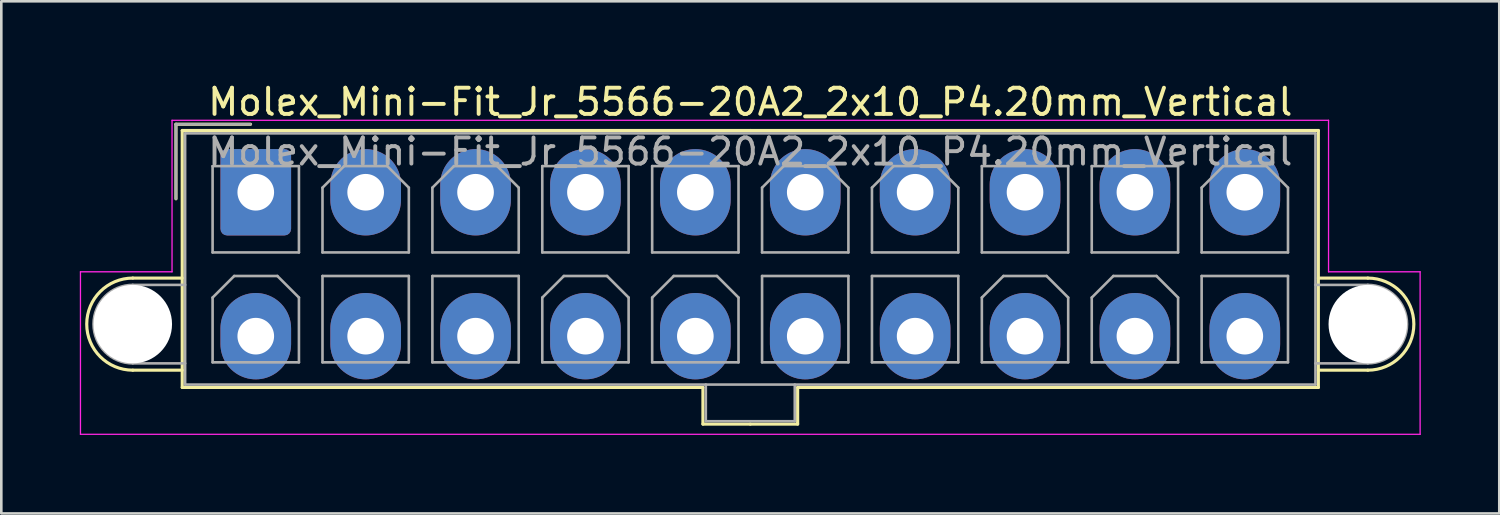
<source format=kicad_pcb>
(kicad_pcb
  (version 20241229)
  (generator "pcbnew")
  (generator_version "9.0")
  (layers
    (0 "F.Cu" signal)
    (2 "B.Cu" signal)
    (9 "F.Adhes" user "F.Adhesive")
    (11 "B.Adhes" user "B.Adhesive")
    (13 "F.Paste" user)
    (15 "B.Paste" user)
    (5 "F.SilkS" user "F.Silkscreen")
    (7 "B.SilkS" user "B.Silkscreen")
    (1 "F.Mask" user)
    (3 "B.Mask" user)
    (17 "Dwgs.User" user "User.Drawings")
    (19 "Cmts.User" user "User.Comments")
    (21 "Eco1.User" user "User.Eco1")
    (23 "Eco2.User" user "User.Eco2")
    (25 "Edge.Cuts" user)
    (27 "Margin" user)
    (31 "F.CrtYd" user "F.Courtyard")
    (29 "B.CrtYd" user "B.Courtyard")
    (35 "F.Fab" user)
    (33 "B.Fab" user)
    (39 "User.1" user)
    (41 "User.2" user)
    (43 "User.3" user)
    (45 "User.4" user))
  (footprint "Molex_Mini-Fit_Jr_5566-20A2_2x10_P4.20mm_Vertical"
    (layer "F.Cu")
    (at 6.725 4.298)
    (property "Reference" "Molex_Mini-Fit_Jr_5566-20A2_2x10_P4.20mm_Vertical" (at 18.9 -3.45 0) (layer "F.SilkS") (effects (font (size 1 1) (thickness 0.15))))
    (attr through_hole)
    (fp_line (start -4.7 3.28) (end -2.81 3.28) (stroke (width 0.12) (type solid)) (layer "F.SilkS"))
    (fp_line (start -4.7 6.8) (end -2.81 6.8) (stroke (width 0.12) (type solid)) (layer "F.SilkS"))
    (fp_line (start -3.05 -2.6) (end -3.05 0.25) (stroke (width 0.12) (type solid)) (layer "F.SilkS"))
    (fp_line (start -2.81 -2.36) (end -2.81 7.46) (stroke (width 0.12) (type solid)) (layer "F.SilkS"))
    (fp_line (start -2.81 7.46) (end 17.09 7.46) (stroke (width 0.12) (type solid)) (layer "F.SilkS"))
    (fp_line (start -0.2 -2.6) (end -3.05 -2.6) (stroke (width 0.12) (type solid)) (layer "F.SilkS"))
    (fp_line (start 17.09 7.46) (end 17.09 8.86) (stroke (width 0.12) (type solid)) (layer "F.SilkS"))
    (fp_line (start 17.09 8.86) (end 18.9 8.86) (stroke (width 0.12) (type solid)) (layer "F.SilkS"))
    (fp_line (start 18.9 -2.36) (end -2.81 -2.36) (stroke (width 0.12) (type solid)) (layer "F.SilkS"))
    (fp_line (start 18.9 -2.36) (end 40.61 -2.36) (stroke (width 0.12) (type solid)) (layer "F.SilkS"))
    (fp_line (start 20.71 7.46) (end 20.71 8.86) (stroke (width 0.12) (type solid)) (layer "F.SilkS"))
    (fp_line (start 20.71 8.86) (end 18.9 8.86) (stroke (width 0.12) (type solid)) (layer "F.SilkS"))
    (fp_line (start 40.61 -2.36) (end 40.61 7.46) (stroke (width 0.12) (type solid)) (layer "F.SilkS"))
    (fp_line (start 40.61 7.46) (end 20.71 7.46) (stroke (width 0.12) (type solid)) (layer "F.SilkS"))
    (fp_line (start 42.5 3.28) (end 40.61 3.28) (stroke (width 0.12) (type solid)) (layer "F.SilkS"))
    (fp_line (start 42.5 6.8) (end 40.61 6.8) (stroke (width 0.12) (type solid)) (layer "F.SilkS"))
    (fp_arc (start -4.7 6.8) (mid -6.46 5.04) (end -4.7 3.28) (stroke (width 0.12) (type solid)) (layer "F.SilkS"))
    (fp_arc (start 42.5 3.28) (mid 44.26 5.04) (end 42.5 6.8) (stroke (width 0.12) (type solid)) (layer "F.SilkS"))
    (fp_line (start -6.7 3.04) (end -6.7 9.25) (stroke (width 0.05) (type solid)) (layer "F.CrtYd"))
    (fp_line (start -6.7 9.25) (end 44.5 9.25) (stroke (width 0.05) (type solid)) (layer "F.CrtYd"))
    (fp_line (start -3.2 -2.75) (end -3.2 3.04) (stroke (width 0.05) (type solid)) (layer "F.CrtYd"))
    (fp_line (start -3.2 3.04) (end -6.7 3.04) (stroke (width 0.05) (type solid)) (layer "F.CrtYd"))
    (fp_line (start 41 -2.75) (end -3.2 -2.75) (stroke (width 0.05) (type solid)) (layer "F.CrtYd"))
    (fp_line (start 41 3.04) (end 41 -2.75) (stroke (width 0.05) (type solid)) (layer "F.CrtYd"))
    (fp_line (start 44.5 3.04) (end 41 3.04) (stroke (width 0.05) (type solid)) (layer "F.CrtYd"))
    (fp_line (start 44.5 9.25) (end 44.5 3.04) (stroke (width 0.05) (type solid)) (layer "F.CrtYd"))
    (fp_line (start -4.7 3.54) (end -2.7 3.54) (stroke (width 0.1) (type solid)) (layer "F.Fab"))
    (fp_line (start -4.7 6.54) (end -2.7 6.54) (stroke (width 0.1) (type solid)) (layer "F.Fab"))
    (fp_line (start -3.05 -2.6) (end -3.05 0.25) (stroke (width 0.1) (type solid)) (layer "F.Fab"))
    (fp_line (start -2.7 -2.25) (end -2.7 7.35) (stroke (width 0.1) (type solid)) (layer "F.Fab"))
    (fp_line (start -2.7 7.35) (end 40.5 7.35) (stroke (width 0.1) (type solid)) (layer "F.Fab"))
    (fp_line (start -1.65 -1) (end -1.65 2.3) (stroke (width 0.1) (type solid)) (layer "F.Fab"))
    (fp_line (start -1.65 2.3) (end 1.65 2.3) (stroke (width 0.1) (type solid)) (layer "F.Fab"))
    (fp_line (start -1.65 4.025) (end -0.825 3.2) (stroke (width 0.1) (type solid)) (layer "F.Fab"))
    (fp_line (start -1.65 6.5) (end -1.65 4.025) (stroke (width 0.1) (type solid)) (layer "F.Fab"))
    (fp_line (start -0.825 3.2) (end 0.825 3.2) (stroke (width 0.1) (type solid)) (layer "F.Fab"))
    (fp_line (start -0.2 -2.6) (end -3.05 -2.6) (stroke (width 0.1) (type solid)) (layer "F.Fab"))
    (fp_line (start 0.825 3.2) (end 1.65 4.025) (stroke (width 0.1) (type solid)) (layer "F.Fab"))
    (fp_line (start 1.65 -1) (end -1.65 -1) (stroke (width 0.1) (type solid)) (layer "F.Fab"))
    (fp_line (start 1.65 2.3) (end 1.65 -1) (stroke (width 0.1) (type solid)) (layer "F.Fab"))
    (fp_line (start 1.65 4.025) (end 1.65 6.5) (stroke (width 0.1) (type solid)) (layer "F.Fab"))
    (fp_line (start 1.65 6.5) (end -1.65 6.5) (stroke (width 0.1) (type solid)) (layer "F.Fab"))
    (fp_line (start 2.55 -0.175) (end 3.375 -1) (stroke (width 0.1) (type solid)) (layer "F.Fab"))
    (fp_line (start 2.55 2.3) (end 2.55 -0.175) (stroke (width 0.1) (type solid)) (layer "F.Fab"))
    (fp_line (start 2.55 3.2) (end 2.55 6.5) (stroke (width 0.1) (type solid)) (layer "F.Fab"))
    (fp_line (start 2.55 6.5) (end 5.85 6.5) (stroke (width 0.1) (type solid)) (layer "F.Fab"))
    (fp_line (start 3.375 -1) (end 5.025 -1) (stroke (width 0.1) (type solid)) (layer "F.Fab"))
    (fp_line (start 5.025 -1) (end 5.85 -0.175) (stroke (width 0.1) (type solid)) (layer "F.Fab"))
    (fp_line (start 5.85 -0.175) (end 5.85 2.3) (stroke (width 0.1) (type solid)) (layer "F.Fab"))
    (fp_line (start 5.85 2.3) (end 2.55 2.3) (stroke (width 0.1) (type solid)) (layer "F.Fab"))
    (fp_line (start 5.85 3.2) (end 2.55 3.2) (stroke (width 0.1) (type solid)) (layer "F.Fab"))
    (fp_line (start 5.85 6.5) (end 5.85 3.2) (stroke (width 0.1) (type solid)) (layer "F.Fab"))
    (fp_line (start 6.75 -0.175) (end 7.575 -1) (stroke (width 0.1) (type solid)) (layer "F.Fab"))
    (fp_line (start 6.75 2.3) (end 6.75 -0.175) (stroke (width 0.1) (type solid)) (layer "F.Fab"))
    (fp_line (start 6.75 3.2) (end 6.75 6.5) (stroke (width 0.1) (type solid)) (layer "F.Fab"))
    (fp_line (start 6.75 6.5) (end 10.05 6.5) (stroke (width 0.1) (type solid)) (layer "F.Fab"))
    (fp_line (start 7.575 -1) (end 9.225 -1) (stroke (width 0.1) (type solid)) (layer "F.Fab"))
    (fp_line (start 9.225 -1) (end 10.05 -0.175) (stroke (width 0.1) (type solid)) (layer "F.Fab"))
    (fp_line (start 10.05 -0.175) (end 10.05 2.3) (stroke (width 0.1) (type solid)) (layer "F.Fab"))
    (fp_line (start 10.05 2.3) (end 6.75 2.3) (stroke (width 0.1) (type solid)) (layer "F.Fab"))
    (fp_line (start 10.05 3.2) (end 6.75 3.2) (stroke (width 0.1) (type solid)) (layer "F.Fab"))
    (fp_line (start 10.05 6.5) (end 10.05 3.2) (stroke (width 0.1) (type solid)) (layer "F.Fab"))
    (fp_line (start 10.95 -1) (end 10.95 2.3) (stroke (width 0.1) (type solid)) (layer "F.Fab"))
    (fp_line (start 10.95 2.3) (end 14.25 2.3) (stroke (width 0.1) (type solid)) (layer "F.Fab"))
    (fp_line (start 10.95 4.025) (end 11.775 3.2) (stroke (width 0.1) (type solid)) (layer "F.Fab"))
    (fp_line (start 10.95 6.5) (end 10.95 4.025) (stroke (width 0.1) (type solid)) (layer "F.Fab"))
    (fp_line (start 11.775 3.2) (end 13.425 3.2) (stroke (width 0.1) (type solid)) (layer "F.Fab"))
    (fp_line (start 13.425 3.2) (end 14.25 4.025) (stroke (width 0.1) (type solid)) (layer "F.Fab"))
    (fp_line (start 14.25 -1) (end 10.95 -1) (stroke (width 0.1) (type solid)) (layer "F.Fab"))
    (fp_line (start 14.25 2.3) (end 14.25 -1) (stroke (width 0.1) (type solid)) (layer "F.Fab"))
    (fp_line (start 14.25 4.025) (end 14.25 6.5) (stroke (width 0.1) (type solid)) (layer "F.Fab"))
    (fp_line (start 14.25 6.5) (end 10.95 6.5) (stroke (width 0.1) (type solid)) (layer "F.Fab"))
    (fp_line (start 15.15 -1) (end 15.15 2.3) (stroke (width 0.1) (type solid)) (layer "F.Fab"))
    (fp_line (start 15.15 2.3) (end 18.45 2.3) (stroke (width 0.1) (type solid)) (layer "F.Fab"))
    (fp_line (start 15.15 4.025) (end 15.975 3.2) (stroke (width 0.1) (type solid)) (layer "F.Fab"))
    (fp_line (start 15.15 6.5) (end 15.15 4.025) (stroke (width 0.1) (type solid)) (layer "F.Fab"))
    (fp_line (start 15.975 3.2) (end 17.625 3.2) (stroke (width 0.1) (type solid)) (layer "F.Fab"))
    (fp_line (start 17.2 7.35) (end 17.2 8.75) (stroke (width 0.1) (type solid)) (layer "F.Fab"))
    (fp_line (start 17.2 8.75) (end 20.6 8.75) (stroke (width 0.1) (type solid)) (layer "F.Fab"))
    (fp_line (start 17.625 3.2) (end 18.45 4.025) (stroke (width 0.1) (type solid)) (layer "F.Fab"))
    (fp_line (start 18.45 -1) (end 15.15 -1) (stroke (width 0.1) (type solid)) (layer "F.Fab"))
    (fp_line (start 18.45 2.3) (end 18.45 -1) (stroke (width 0.1) (type solid)) (layer "F.Fab"))
    (fp_line (start 18.45 4.025) (end 18.45 6.5) (stroke (width 0.1) (type solid)) (layer "F.Fab"))
    (fp_line (start 18.45 6.5) (end 15.15 6.5) (stroke (width 0.1) (type solid)) (layer "F.Fab"))
    (fp_line (start 19.35 -0.175) (end 20.175 -1) (stroke (width 0.1) (type solid)) (layer "F.Fab"))
    (fp_line (start 19.35 2.3) (end 19.35 -0.175) (stroke (width 0.1) (type solid)) (layer "F.Fab"))
    (fp_line (start 19.35 3.2) (end 19.35 6.5) (stroke (width 0.1) (type solid)) (layer "F.Fab"))
    (fp_line (start 19.35 6.5) (end 22.65 6.5) (stroke (width 0.1) (type solid)) (layer "F.Fab"))
    (fp_line (start 20.175 -1) (end 21.825 -1) (stroke (width 0.1) (type solid)) (layer "F.Fab"))
    (fp_line (start 20.6 8.75) (end 20.6 7.35) (stroke (width 0.1) (type solid)) (layer "F.Fab"))
    (fp_line (start 21.825 -1) (end 22.65 -0.175) (stroke (width 0.1) (type solid)) (layer "F.Fab"))
    (fp_line (start 22.65 -0.175) (end 22.65 2.3) (stroke (width 0.1) (type solid)) (layer "F.Fab"))
    (fp_line (start 22.65 2.3) (end 19.35 2.3) (stroke (width 0.1) (type solid)) (layer "F.Fab"))
    (fp_line (start 22.65 3.2) (end 19.35 3.2) (stroke (width 0.1) (type solid)) (layer "F.Fab"))
    (fp_line (start 22.65 6.5) (end 22.65 3.2) (stroke (width 0.1) (type solid)) (layer "F.Fab"))
    (fp_line (start 23.55 -0.175) (end 24.375 -1) (stroke (width 0.1) (type solid)) (layer "F.Fab"))
    (fp_line (start 23.55 2.3) (end 23.55 -0.175) (stroke (width 0.1) (type solid)) (layer "F.Fab"))
    (fp_line (start 23.55 3.2) (end 23.55 6.5) (stroke (width 0.1) (type solid)) (layer "F.Fab"))
    (fp_line (start 23.55 6.5) (end 26.85 6.5) (stroke (width 0.1) (type solid)) (layer "F.Fab"))
    (fp_line (start 24.375 -1) (end 26.025 -1) (stroke (width 0.1) (type solid)) (layer "F.Fab"))
    (fp_line (start 26.025 -1) (end 26.85 -0.175) (stroke (width 0.1) (type solid)) (layer "F.Fab"))
    (fp_line (start 26.85 -0.175) (end 26.85 2.3) (stroke (width 0.1) (type solid)) (layer "F.Fab"))
    (fp_line (start 26.85 2.3) (end 23.55 2.3) (stroke (width 0.1) (type solid)) (layer "F.Fab"))
    (fp_line (start 26.85 3.2) (end 23.55 3.2) (stroke (width 0.1) (type solid)) (layer "F.Fab"))
    (fp_line (start 26.85 6.5) (end 26.85 3.2) (stroke (width 0.1) (type solid)) (layer "F.Fab"))
    (fp_line (start 27.75 -1) (end 27.75 2.3) (stroke (width 0.1) (type solid)) (layer "F.Fab"))
    (fp_line (start 27.75 2.3) (end 31.05 2.3) (stroke (width 0.1) (type solid)) (layer "F.Fab"))
    (fp_line (start 27.75 4.025) (end 28.575 3.2) (stroke (width 0.1) (type solid)) (layer "F.Fab"))
    (fp_line (start 27.75 6.5) (end 27.75 4.025) (stroke (width 0.1) (type solid)) (layer "F.Fab"))
    (fp_line (start 28.575 3.2) (end 30.225 3.2) (stroke (width 0.1) (type solid)) (layer "F.Fab"))
    (fp_line (start 30.225 3.2) (end 31.05 4.025) (stroke (width 0.1) (type solid)) (layer "F.Fab"))
    (fp_line (start 31.05 -1) (end 27.75 -1) (stroke (width 0.1) (type solid)) (layer "F.Fab"))
    (fp_line (start 31.05 2.3) (end 31.05 -1) (stroke (width 0.1) (type solid)) (layer "F.Fab"))
    (fp_line (start 31.05 4.025) (end 31.05 6.5) (stroke (width 0.1) (type solid)) (layer "F.Fab"))
    (fp_line (start 31.05 6.5) (end 27.75 6.5) (stroke (width 0.1) (type solid)) (layer "F.Fab"))
    (fp_line (start 31.95 -1) (end 31.95 2.3) (stroke (width 0.1) (type solid)) (layer "F.Fab"))
    (fp_line (start 31.95 2.3) (end 35.25 2.3) (stroke (width 0.1) (type solid)) (layer "F.Fab"))
    (fp_line (start 31.95 4.025) (end 32.775 3.2) (stroke (width 0.1) (type solid)) (layer "F.Fab"))
    (fp_line (start 31.95 6.5) (end 31.95 4.025) (stroke (width 0.1) (type solid)) (layer "F.Fab"))
    (fp_line (start 32.775 3.2) (end 34.425 3.2) (stroke (width 0.1) (type solid)) (layer "F.Fab"))
    (fp_line (start 34.425 3.2) (end 35.25 4.025) (stroke (width 0.1) (type solid)) (layer "F.Fab"))
    (fp_line (start 35.25 -1) (end 31.95 -1) (stroke (width 0.1) (type solid)) (layer "F.Fab"))
    (fp_line (start 35.25 2.3) (end 35.25 -1) (stroke (width 0.1) (type solid)) (layer "F.Fab"))
    (fp_line (start 35.25 4.025) (end 35.25 6.5) (stroke (width 0.1) (type solid)) (layer "F.Fab"))
    (fp_line (start 35.25 6.5) (end 31.95 6.5) (stroke (width 0.1) (type solid)) (layer "F.Fab"))
    (fp_line (start 36.15 -0.175) (end 36.975 -1) (stroke (width 0.1) (type solid)) (layer "F.Fab"))
    (fp_line (start 36.15 2.3) (end 36.15 -0.175) (stroke (width 0.1) (type solid)) (layer "F.Fab"))
    (fp_line (start 36.15 3.2) (end 36.15 6.5) (stroke (width 0.1) (type solid)) (layer "F.Fab"))
    (fp_line (start 36.15 6.5) (end 39.45 6.5) (stroke (width 0.1) (type solid)) (layer "F.Fab"))
    (fp_line (start 36.975 -1) (end 38.625 -1) (stroke (width 0.1) (type solid)) (layer "F.Fab"))
    (fp_line (start 38.625 -1) (end 39.45 -0.175) (stroke (width 0.1) (type solid)) (layer "F.Fab"))
    (fp_line (start 39.45 -0.175) (end 39.45 2.3) (stroke (width 0.1) (type solid)) (layer "F.Fab"))
    (fp_line (start 39.45 2.3) (end 36.15 2.3) (stroke (width 0.1) (type solid)) (layer "F.Fab"))
    (fp_line (start 39.45 3.2) (end 36.15 3.2) (stroke (width 0.1) (type solid)) (layer "F.Fab"))
    (fp_line (start 39.45 6.5) (end 39.45 3.2) (stroke (width 0.1) (type solid)) (layer "F.Fab"))
    (fp_line (start 40.5 -2.25) (end -2.7 -2.25) (stroke (width 0.1) (type solid)) (layer "F.Fab"))
    (fp_line (start 40.5 7.35) (end 40.5 -2.25) (stroke (width 0.1) (type solid)) (layer "F.Fab"))
    (fp_line (start 42.5 3.54) (end 40.5 3.54) (stroke (width 0.1) (type solid)) (layer "F.Fab"))
    (fp_line (start 42.5 6.54) (end 40.5 6.54) (stroke (width 0.1) (type solid)) (layer "F.Fab"))
    (fp_arc (start -4.7 6.54) (mid -6.2 5.04) (end -4.7 3.54) (stroke (width 0.1) (type solid)) (layer "F.Fab"))
    (fp_arc (start 42.5 3.54) (mid 44 5.04) (end 42.5 6.54) (stroke (width 0.1) (type solid)) (layer "F.Fab"))
    (fp_text user "${REFERENCE}" (at 18.9 -1.55 0) (layer "F.Fab") (effects (font (size 1 1) (thickness 0.15))))
    (pad "" np_thru_hole circle (at -4.7 5.04) (size 3 3) (drill 3) (layers "*.Cu" "*.Mask"))
    (pad "" np_thru_hole circle (at 42.5 5.04) (size 3 3) (drill 3) (layers "*.Cu" "*.Mask"))
    (pad "1" thru_hole roundrect (at 0 0) (size 2.7 3.3) (drill 1.4) (layers "*.Cu" "*.Mask") (roundrect_rratio 0.093))
    (pad "2" thru_hole oval (at 4.2 0) (size 2.7 3.3) (drill 1.4) (layers "*.Cu" "*.Mask"))
    (pad "3" thru_hole oval (at 8.4 0) (size 2.7 3.3) (drill 1.4) (layers "*.Cu" "*.Mask"))
    (pad "4" thru_hole oval (at 12.6 0) (size 2.7 3.3) (drill 1.4) (layers "*.Cu" "*.Mask"))
    (pad "5" thru_hole oval (at 16.8 0) (size 2.7 3.3) (drill 1.4) (layers "*.Cu" "*.Mask"))
    (pad "6" thru_hole oval (at 21 0) (size 2.7 3.3) (drill 1.4) (layers "*.Cu" "*.Mask"))
    (pad "7" thru_hole oval (at 25.2 0) (size 2.7 3.3) (drill 1.4) (layers "*.Cu" "*.Mask"))
    (pad "8" thru_hole oval (at 29.4 0) (size 2.7 3.3) (drill 1.4) (layers "*.Cu" "*.Mask"))
    (pad "9" thru_hole oval (at 33.6 0) (size 2.7 3.3) (drill 1.4) (layers "*.Cu" "*.Mask"))
    (pad "10" thru_hole oval (at 37.8 0) (size 2.7 3.3) (drill 1.4) (layers "*.Cu" "*.Mask"))
    (pad "11" thru_hole oval (at 0 5.5) (size 2.7 3.3) (drill 1.4) (layers "*.Cu" "*.Mask"))
    (pad "12" thru_hole oval (at 4.2 5.5) (size 2.7 3.3) (drill 1.4) (layers "*.Cu" "*.Mask"))
    (pad "13" thru_hole oval (at 8.4 5.5) (size 2.7 3.3) (drill 1.4) (layers "*.Cu" "*.Mask"))
    (pad "14" thru_hole oval (at 12.6 5.5) (size 2.7 3.3) (drill 1.4) (layers "*.Cu" "*.Mask"))
    (pad "15" thru_hole oval (at 16.8 5.5) (size 2.7 3.3) (drill 1.4) (layers "*.Cu" "*.Mask"))
    (pad "16" thru_hole oval (at 21 5.5) (size 2.7 3.3) (drill 1.4) (layers "*.Cu" "*.Mask"))
    (pad "17" thru_hole oval (at 25.2 5.5) (size 2.7 3.3) (drill 1.4) (layers "*.Cu" "*.Mask"))
    (pad "18" thru_hole oval (at 29.4 5.5) (size 2.7 3.3) (drill 1.4) (layers "*.Cu" "*.Mask"))
    (pad "19" thru_hole oval (at 33.6 5.5) (size 2.7 3.3) (drill 1.4) (layers "*.Cu" "*.Mask"))
    (pad "20" thru_hole oval (at 37.8 5.5) (size 2.7 3.3) (drill 1.4) (layers "*.Cu" "*.Mask")))
  (gr_rect
    (start -3 -3)
    (end 54.25 16.573)
    (stroke (width 0.1) (type default))
    (fill no)
    (layer "Edge.Cuts")))
</source>
